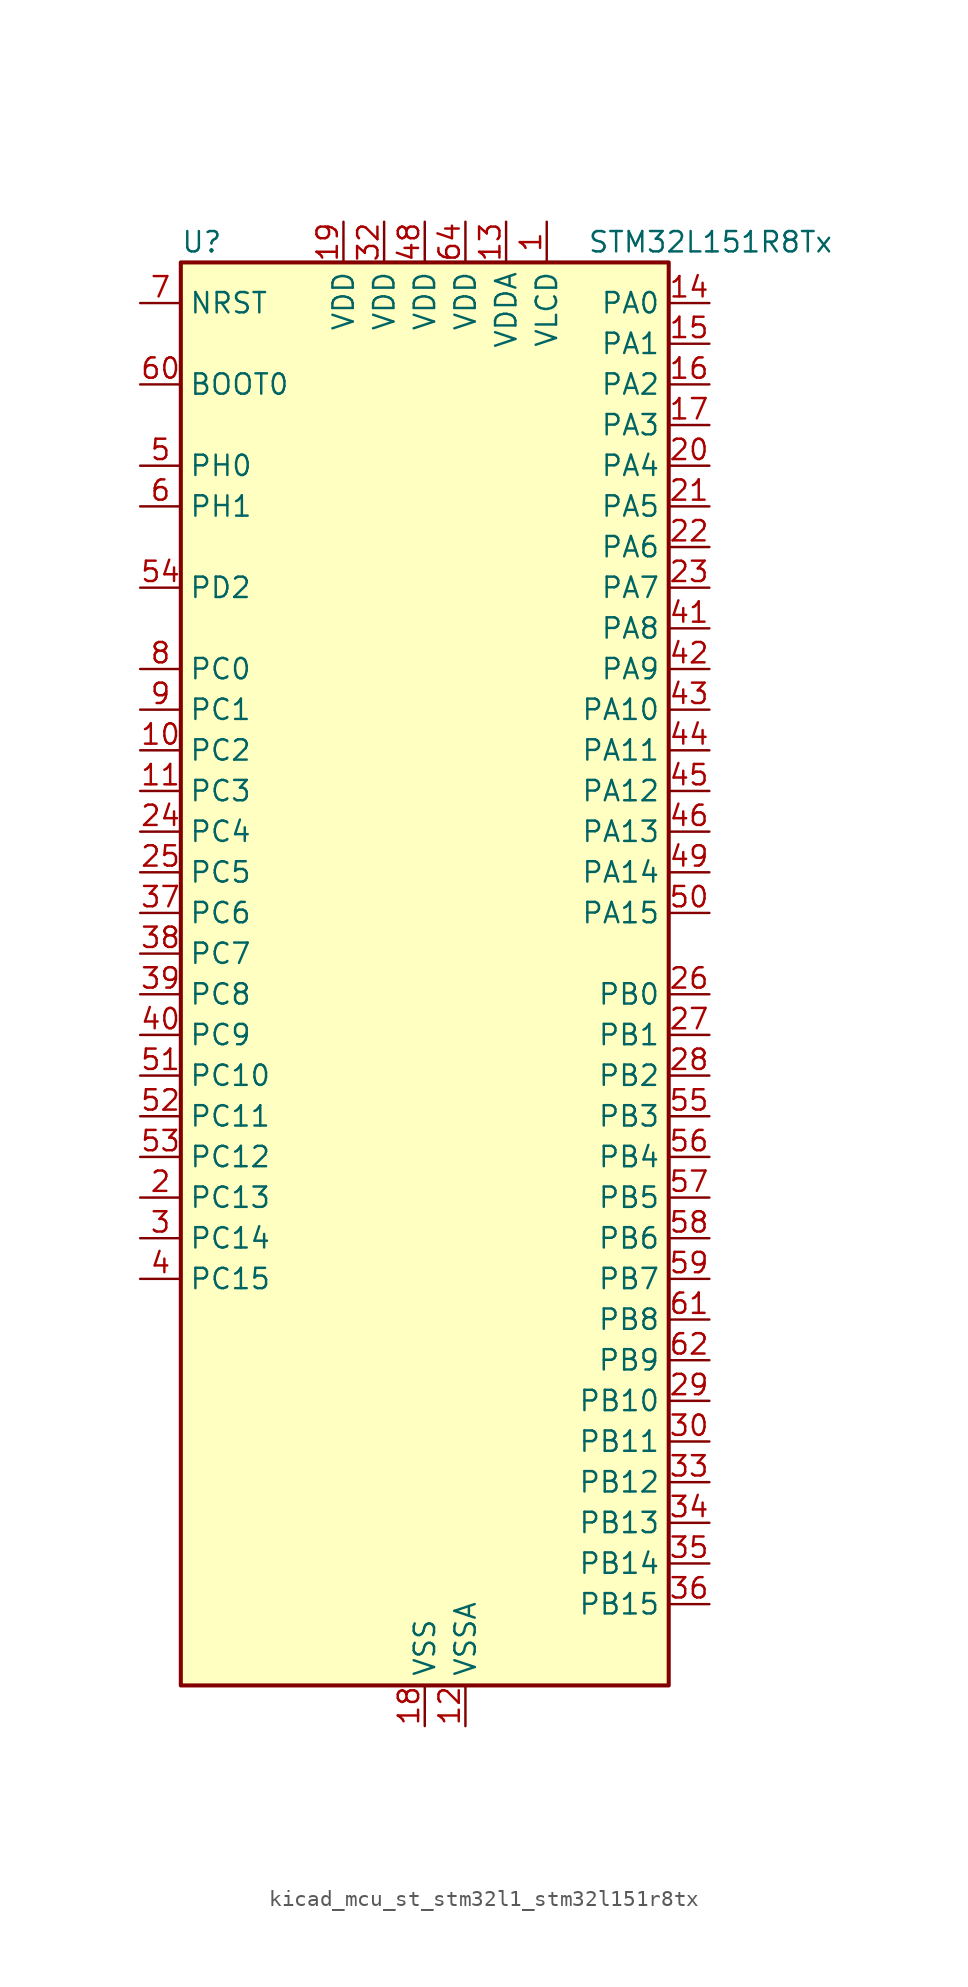
<source format=kicad_sym>
(kicad_symbol_lib
  (version 20220914)
  (generator kicad_symbol_editor)
  (symbol "kicad_mcu_st_stm32l1_stm32l151r8tx"
    (property "Reference" "U"
      (at -15.24 46.99 0)
      (effects (font (size 1.27 1.27)) (justify left)))
    (property "Value" "STM32L151R8Tx"
      (at 10.16 46.99 0)
      (effects (font (size 1.27 1.27)) (justify left)))
    (property "ki_locked" ""
      (at 0 0 0)
      (effects (font (size 1.27 1.27))))
    (symbol "kicad_mcu_st_stm32l1_stm32l151r8tx_0_1"
      (rectangle (start -15.24 -43.18) (end 15.24 45.72) (stroke (width 0.254) (type default)) (fill (type background))))
    (symbol "kicad_mcu_st_stm32l1_stm32l151r8tx_1_1"
      (pin power_in line (at 7.62 48.26 270) (length 2.54) (name "VLCD" (effects (font (size 1.27 1.27)))) (number "1" (effects (font (size 1.27 1.27)))))
      (pin bidirectional line (at -17.78 15.24 0) (length 2.54) (name "PC2" (effects (font (size 1.27 1.27)))) (number "10" (effects (font (size 1.27 1.27)))) (alternate "ADC_IN12" bidirectional line) (alternate "COMP1_INP" bidirectional line) (alternate "TIMX_IC3" bidirectional line) (alternate "TS_G8_IO3" bidirectional line))
      (pin bidirectional line (at -17.78 12.7 0) (length 2.54) (name "PC3" (effects (font (size 1.27 1.27)))) (number "11" (effects (font (size 1.27 1.27)))) (alternate "ADC_IN13" bidirectional line) (alternate "COMP1_INP" bidirectional line) (alternate "TIMX_IC4" bidirectional line) (alternate "TS_G8_IO4" bidirectional line))
      (pin power_in line (at 2.54 -45.72 90) (length 2.54) (name "VSSA" (effects (font (size 1.27 1.27)))) (number "12" (effects (font (size 1.27 1.27)))))
      (pin power_in line (at 5.08 48.26 270) (length 2.54) (name "VDDA" (effects (font (size 1.27 1.27)))) (number "13" (effects (font (size 1.27 1.27)))))
      (pin bidirectional line (at 17.78 43.18 180) (length 2.54) (name "PA0" (effects (font (size 1.27 1.27)))) (number "14" (effects (font (size 1.27 1.27)))) (alternate "ADC_IN0" bidirectional line) (alternate "COMP1_INP" bidirectional line) (alternate "SYS_WKUP1" bidirectional line) (alternate "TIM2_CH1" bidirectional line) (alternate "TIM2_ETR" bidirectional line) (alternate "TIMX_IC1" bidirectional line) (alternate "TS_G1_IO1" bidirectional line) (alternate "USART2_CTS" bidirectional line))
      (pin bidirectional line (at 17.78 40.64 180) (length 2.54) (name "PA1" (effects (font (size 1.27 1.27)))) (number "15" (effects (font (size 1.27 1.27)))) (alternate "ADC_IN1" bidirectional line) (alternate "COMP1_INP" bidirectional line) (alternate "TIM2_CH2" bidirectional line) (alternate "TIMX_IC2" bidirectional line) (alternate "TS_G1_IO2" bidirectional line) (alternate "USART2_RTS" bidirectional line))
      (pin bidirectional line (at 17.78 38.1 180) (length 2.54) (name "PA2" (effects (font (size 1.27 1.27)))) (number "16" (effects (font (size 1.27 1.27)))) (alternate "ADC_IN2" bidirectional line) (alternate "COMP1_INP" bidirectional line) (alternate "TIM2_CH3" bidirectional line) (alternate "TIM9_CH1" bidirectional line) (alternate "TIMX_IC3" bidirectional line) (alternate "TS_G1_IO3" bidirectional line) (alternate "USART2_TX" bidirectional line))
      (pin bidirectional line (at 17.78 35.56 180) (length 2.54) (name "PA3" (effects (font (size 1.27 1.27)))) (number "17" (effects (font (size 1.27 1.27)))) (alternate "ADC_IN3" bidirectional line) (alternate "COMP1_INP" bidirectional line) (alternate "TIM2_CH4" bidirectional line) (alternate "TIM9_CH2" bidirectional line) (alternate "TIMX_IC4" bidirectional line) (alternate "TS_G1_IO4" bidirectional line) (alternate "USART2_RX" bidirectional line))
      (pin power_in line (at 0 -45.72 90) (length 2.54) (name "VSS" (effects (font (size 1.27 1.27)))) (number "18" (effects (font (size 1.27 1.27)))))
      (pin power_in line (at -5.08 48.26 270) (length 2.54) (name "VDD" (effects (font (size 1.27 1.27)))) (number "19" (effects (font (size 1.27 1.27)))))
      (pin bidirectional line (at -17.78 -12.7 0) (length 2.54) (name "PC13" (effects (font (size 1.27 1.27)))) (number "2" (effects (font (size 1.27 1.27)))) (alternate "RTC_OUT_ALARM" bidirectional line) (alternate "RTC_OUT_CALIB" bidirectional line) (alternate "RTC_TAMP1" bidirectional line) (alternate "RTC_TS" bidirectional line) (alternate "SYS_WKUP2" bidirectional line) (alternate "TIMX_IC2" bidirectional line))
      (pin bidirectional line (at 17.78 33.02 180) (length 2.54) (name "PA4" (effects (font (size 1.27 1.27)))) (number "20" (effects (font (size 1.27 1.27)))) (alternate "ADC_IN4" bidirectional line) (alternate "COMP1_INP" bidirectional line) (alternate "DAC_OUT1" bidirectional line) (alternate "SPI1_NSS" bidirectional line) (alternate "TIMX_IC1" bidirectional line) (alternate "USART2_CK" bidirectional line))
      (pin bidirectional line (at 17.78 30.48 180) (length 2.54) (name "PA5" (effects (font (size 1.27 1.27)))) (number "21" (effects (font (size 1.27 1.27)))) (alternate "ADC_IN5" bidirectional line) (alternate "COMP1_INP" bidirectional line) (alternate "DAC_OUT2" bidirectional line) (alternate "SPI1_SCK" bidirectional line) (alternate "TIM2_CH1" bidirectional line) (alternate "TIM2_ETR" bidirectional line) (alternate "TIMX_IC2" bidirectional line))
      (pin bidirectional line (at 17.78 27.94 180) (length 2.54) (name "PA6" (effects (font (size 1.27 1.27)))) (number "22" (effects (font (size 1.27 1.27)))) (alternate "ADC_IN6" bidirectional line) (alternate "COMP1_INP" bidirectional line) (alternate "SPI1_MISO" bidirectional line) (alternate "TIM10_CH1" bidirectional line) (alternate "TIM3_CH1" bidirectional line) (alternate "TIMX_IC3" bidirectional line) (alternate "TS_G2_IO1" bidirectional line))
      (pin bidirectional line (at 17.78 25.4 180) (length 2.54) (name "PA7" (effects (font (size 1.27 1.27)))) (number "23" (effects (font (size 1.27 1.27)))) (alternate "ADC_IN7" bidirectional line) (alternate "COMP1_INP" bidirectional line) (alternate "SPI1_MOSI" bidirectional line) (alternate "TIM11_CH1" bidirectional line) (alternate "TIM3_CH2" bidirectional line) (alternate "TIMX_IC4" bidirectional line) (alternate "TS_G2_IO2" bidirectional line))
      (pin bidirectional line (at -17.78 10.16 0) (length 2.54) (name "PC4" (effects (font (size 1.27 1.27)))) (number "24" (effects (font (size 1.27 1.27)))) (alternate "ADC_IN14" bidirectional line) (alternate "COMP1_INP" bidirectional line) (alternate "TIMX_IC1" bidirectional line) (alternate "TS_G9_IO1" bidirectional line))
      (pin bidirectional line (at -17.78 7.62 0) (length 2.54) (name "PC5" (effects (font (size 1.27 1.27)))) (number "25" (effects (font (size 1.27 1.27)))) (alternate "ADC_IN15" bidirectional line) (alternate "COMP1_INP" bidirectional line) (alternate "TIMX_IC2" bidirectional line) (alternate "TS_G9_IO2" bidirectional line))
      (pin bidirectional line (at 17.78 0 180) (length 2.54) (name "PB0" (effects (font (size 1.27 1.27)))) (number "26" (effects (font (size 1.27 1.27)))) (alternate "ADC_IN8" bidirectional line) (alternate "COMP1_INP" bidirectional line) (alternate "SYS_V_REF_OUT" bidirectional line) (alternate "TIM3_CH3" bidirectional line) (alternate "TS_G3_IO1" bidirectional line))
      (pin bidirectional line (at 17.78 -2.54 180) (length 2.54) (name "PB1" (effects (font (size 1.27 1.27)))) (number "27" (effects (font (size 1.27 1.27)))) (alternate "ADC_IN9" bidirectional line) (alternate "COMP1_INP" bidirectional line) (alternate "SYS_V_REF_OUT" bidirectional line) (alternate "TIM3_CH4" bidirectional line) (alternate "TS_G3_IO2" bidirectional line))
      (pin bidirectional line (at 17.78 -5.08 180) (length 2.54) (name "PB2" (effects (font (size 1.27 1.27)))) (number "28" (effects (font (size 1.27 1.27)))))
      (pin bidirectional line (at 17.78 -25.4 180) (length 2.54) (name "PB10" (effects (font (size 1.27 1.27)))) (number "29" (effects (font (size 1.27 1.27)))) (alternate "I2C2_SCL" bidirectional line) (alternate "TIM2_CH3" bidirectional line) (alternate "USART3_TX" bidirectional line))
      (pin bidirectional line (at -17.78 -15.24 0) (length 2.54) (name "PC14" (effects (font (size 1.27 1.27)))) (number "3" (effects (font (size 1.27 1.27)))) (alternate "RCC_OSC32_IN" bidirectional line) (alternate "TIMX_IC3" bidirectional line))
      (pin bidirectional line (at 17.78 -27.94 180) (length 2.54) (name "PB11" (effects (font (size 1.27 1.27)))) (number "30" (effects (font (size 1.27 1.27)))) (alternate "ADC_EXTI11" bidirectional line) (alternate "I2C2_SDA" bidirectional line) (alternate "TIM2_CH4" bidirectional line) (alternate "USART3_RX" bidirectional line))
      (pin passive line (at 0 -45.72 90) (length 2.54) hide (name "VSS" (effects (font (size 1.27 1.27)))) (number "31" (effects (font (size 1.27 1.27)))))
      (pin power_in line (at -2.54 48.26 270) (length 2.54) (name "VDD" (effects (font (size 1.27 1.27)))) (number "32" (effects (font (size 1.27 1.27)))))
      (pin bidirectional line (at 17.78 -30.48 180) (length 2.54) (name "PB12" (effects (font (size 1.27 1.27)))) (number "33" (effects (font (size 1.27 1.27)))) (alternate "ADC_IN18" bidirectional line) (alternate "COMP1_INP" bidirectional line) (alternate "I2C2_SMBA" bidirectional line) (alternate "SPI2_NSS" bidirectional line) (alternate "TIM10_CH1" bidirectional line) (alternate "TS_G7_IO1" bidirectional line) (alternate "USART3_CK" bidirectional line))
      (pin bidirectional line (at 17.78 -33.02 180) (length 2.54) (name "PB13" (effects (font (size 1.27 1.27)))) (number "34" (effects (font (size 1.27 1.27)))) (alternate "ADC_IN19" bidirectional line) (alternate "COMP1_INP" bidirectional line) (alternate "SPI2_SCK" bidirectional line) (alternate "TIM9_CH1" bidirectional line) (alternate "TS_G7_IO2" bidirectional line) (alternate "USART3_CTS" bidirectional line))
      (pin bidirectional line (at 17.78 -35.56 180) (length 2.54) (name "PB14" (effects (font (size 1.27 1.27)))) (number "35" (effects (font (size 1.27 1.27)))) (alternate "ADC_IN20" bidirectional line) (alternate "COMP1_INP" bidirectional line) (alternate "SPI2_MISO" bidirectional line) (alternate "TIM9_CH2" bidirectional line) (alternate "TS_G7_IO3" bidirectional line) (alternate "USART3_RTS" bidirectional line))
      (pin bidirectional line (at 17.78 -38.1 180) (length 2.54) (name "PB15" (effects (font (size 1.27 1.27)))) (number "36" (effects (font (size 1.27 1.27)))) (alternate "ADC_EXTI15" bidirectional line) (alternate "ADC_IN21" bidirectional line) (alternate "COMP1_INP" bidirectional line) (alternate "RTC_REFIN" bidirectional line) (alternate "SPI2_MOSI" bidirectional line) (alternate "TIM11_CH1" bidirectional line) (alternate "TS_G7_IO4" bidirectional line))
      (pin bidirectional line (at -17.78 5.08 0) (length 2.54) (name "PC6" (effects (font (size 1.27 1.27)))) (number "37" (effects (font (size 1.27 1.27)))) (alternate "TIM3_CH1" bidirectional line) (alternate "TIMX_IC3" bidirectional line) (alternate "TS_G10_IO1" bidirectional line))
      (pin bidirectional line (at -17.78 2.54 0) (length 2.54) (name "PC7" (effects (font (size 1.27 1.27)))) (number "38" (effects (font (size 1.27 1.27)))) (alternate "TIM3_CH2" bidirectional line) (alternate "TIMX_IC4" bidirectional line) (alternate "TS_G10_IO2" bidirectional line))
      (pin bidirectional line (at -17.78 0 0) (length 2.54) (name "PC8" (effects (font (size 1.27 1.27)))) (number "39" (effects (font (size 1.27 1.27)))) (alternate "TIM3_CH3" bidirectional line) (alternate "TIMX_IC1" bidirectional line) (alternate "TS_G10_IO3" bidirectional line))
      (pin bidirectional line (at -17.78 -17.78 0) (length 2.54) (name "PC15" (effects (font (size 1.27 1.27)))) (number "4" (effects (font (size 1.27 1.27)))) (alternate "ADC_EXTI15" bidirectional line) (alternate "RCC_OSC32_OUT" bidirectional line) (alternate "TIMX_IC4" bidirectional line))
      (pin bidirectional line (at -17.78 -2.54 0) (length 2.54) (name "PC9" (effects (font (size 1.27 1.27)))) (number "40" (effects (font (size 1.27 1.27)))) (alternate "DAC_EXTI9" bidirectional line) (alternate "TIM3_CH4" bidirectional line) (alternate "TIMX_IC2" bidirectional line) (alternate "TS_G10_IO4" bidirectional line))
      (pin bidirectional line (at 17.78 22.86 180) (length 2.54) (name "PA8" (effects (font (size 1.27 1.27)))) (number "41" (effects (font (size 1.27 1.27)))) (alternate "RCC_MCO" bidirectional line) (alternate "TIMX_IC1" bidirectional line) (alternate "TS_G4_IO1" bidirectional line) (alternate "USART1_CK" bidirectional line))
      (pin bidirectional line (at 17.78 20.32 180) (length 2.54) (name "PA9" (effects (font (size 1.27 1.27)))) (number "42" (effects (font (size 1.27 1.27)))) (alternate "DAC_EXTI9" bidirectional line) (alternate "TIMX_IC2" bidirectional line) (alternate "TS_G4_IO2" bidirectional line) (alternate "USART1_TX" bidirectional line))
      (pin bidirectional line (at 17.78 17.78 180) (length 2.54) (name "PA10" (effects (font (size 1.27 1.27)))) (number "43" (effects (font (size 1.27 1.27)))) (alternate "TIMX_IC3" bidirectional line) (alternate "TS_G4_IO3" bidirectional line) (alternate "USART1_RX" bidirectional line))
      (pin bidirectional line (at 17.78 15.24 180) (length 2.54) (name "PA11" (effects (font (size 1.27 1.27)))) (number "44" (effects (font (size 1.27 1.27)))) (alternate "ADC_EXTI11" bidirectional line) (alternate "SPI1_MISO" bidirectional line) (alternate "TIMX_IC4" bidirectional line) (alternate "USART1_CTS" bidirectional line) (alternate "USB_DM" bidirectional line))
      (pin bidirectional line (at 17.78 12.7 180) (length 2.54) (name "PA12" (effects (font (size 1.27 1.27)))) (number "45" (effects (font (size 1.27 1.27)))) (alternate "SPI1_MOSI" bidirectional line) (alternate "TIMX_IC1" bidirectional line) (alternate "USART1_RTS" bidirectional line) (alternate "USB_DP" bidirectional line))
      (pin bidirectional line (at 17.78 10.16 180) (length 2.54) (name "PA13" (effects (font (size 1.27 1.27)))) (number "46" (effects (font (size 1.27 1.27)))) (alternate "SYS_JTMS-SWDIO" bidirectional line) (alternate "TIMX_IC2" bidirectional line) (alternate "TS_G5_IO1" bidirectional line))
      (pin passive line (at 0 -45.72 90) (length 2.54) hide (name "VSS" (effects (font (size 1.27 1.27)))) (number "47" (effects (font (size 1.27 1.27)))))
      (pin power_in line (at 0 48.26 270) (length 2.54) (name "VDD" (effects (font (size 1.27 1.27)))) (number "48" (effects (font (size 1.27 1.27)))))
      (pin bidirectional line (at 17.78 7.62 180) (length 2.54) (name "PA14" (effects (font (size 1.27 1.27)))) (number "49" (effects (font (size 1.27 1.27)))) (alternate "SYS_JTCK-SWCLK" bidirectional line) (alternate "TIMX_IC3" bidirectional line) (alternate "TS_G5_IO2" bidirectional line))
      (pin bidirectional line (at -17.78 33.02 0) (length 2.54) (name "PH0" (effects (font (size 1.27 1.27)))) (number "5" (effects (font (size 1.27 1.27)))) (alternate "RCC_OSC_IN" bidirectional line))
      (pin bidirectional line (at 17.78 5.08 180) (length 2.54) (name "PA15" (effects (font (size 1.27 1.27)))) (number "50" (effects (font (size 1.27 1.27)))) (alternate "ADC_EXTI15" bidirectional line) (alternate "SPI1_NSS" bidirectional line) (alternate "SYS_JTDI" bidirectional line) (alternate "TIM2_CH1" bidirectional line) (alternate "TIM2_ETR" bidirectional line) (alternate "TIMX_IC4" bidirectional line) (alternate "TS_G5_IO3" bidirectional line))
      (pin bidirectional line (at -17.78 -5.08 0) (length 2.54) (name "PC10" (effects (font (size 1.27 1.27)))) (number "51" (effects (font (size 1.27 1.27)))) (alternate "TIMX_IC3" bidirectional line) (alternate "USART3_TX" bidirectional line))
      (pin bidirectional line (at -17.78 -7.62 0) (length 2.54) (name "PC11" (effects (font (size 1.27 1.27)))) (number "52" (effects (font (size 1.27 1.27)))) (alternate "ADC_EXTI11" bidirectional line) (alternate "TIMX_IC4" bidirectional line) (alternate "USART3_RX" bidirectional line))
      (pin bidirectional line (at -17.78 -10.16 0) (length 2.54) (name "PC12" (effects (font (size 1.27 1.27)))) (number "53" (effects (font (size 1.27 1.27)))) (alternate "TIMX_IC1" bidirectional line) (alternate "USART3_CK" bidirectional line))
      (pin bidirectional line (at -17.78 25.4 0) (length 2.54) (name "PD2" (effects (font (size 1.27 1.27)))) (number "54" (effects (font (size 1.27 1.27)))) (alternate "TIM3_ETR" bidirectional line) (alternate "TIMX_IC3" bidirectional line))
      (pin bidirectional line (at 17.78 -7.62 180) (length 2.54) (name "PB3" (effects (font (size 1.27 1.27)))) (number "55" (effects (font (size 1.27 1.27)))) (alternate "COMP2_INM" bidirectional line) (alternate "SPI1_SCK" bidirectional line) (alternate "SYS_JTDO-TRACESWO" bidirectional line) (alternate "TIM2_CH2" bidirectional line))
      (pin bidirectional line (at 17.78 -10.16 180) (length 2.54) (name "PB4" (effects (font (size 1.27 1.27)))) (number "56" (effects (font (size 1.27 1.27)))) (alternate "COMP2_INP" bidirectional line) (alternate "SPI1_MISO" bidirectional line) (alternate "SYS_JTRST" bidirectional line) (alternate "TIM3_CH1" bidirectional line) (alternate "TS_G6_IO1" bidirectional line))
      (pin bidirectional line (at 17.78 -12.7 180) (length 2.54) (name "PB5" (effects (font (size 1.27 1.27)))) (number "57" (effects (font (size 1.27 1.27)))) (alternate "COMP2_INP" bidirectional line) (alternate "I2C1_SMBA" bidirectional line) (alternate "SPI1_MOSI" bidirectional line) (alternate "TIM3_CH2" bidirectional line) (alternate "TS_G6_IO2" bidirectional line))
      (pin bidirectional line (at 17.78 -15.24 180) (length 2.54) (name "PB6" (effects (font (size 1.27 1.27)))) (number "58" (effects (font (size 1.27 1.27)))) (alternate "I2C1_SCL" bidirectional line) (alternate "TIM4_CH1" bidirectional line) (alternate "USART1_TX" bidirectional line))
      (pin bidirectional line (at 17.78 -17.78 180) (length 2.54) (name "PB7" (effects (font (size 1.27 1.27)))) (number "59" (effects (font (size 1.27 1.27)))) (alternate "I2C1_SDA" bidirectional line) (alternate "SYS_PVD_IN" bidirectional line) (alternate "TIM4_CH2" bidirectional line) (alternate "USART1_RX" bidirectional line))
      (pin bidirectional line (at -17.78 30.48 0) (length 2.54) (name "PH1" (effects (font (size 1.27 1.27)))) (number "6" (effects (font (size 1.27 1.27)))) (alternate "RCC_OSC_OUT" bidirectional line))
      (pin input line (at -17.78 38.1 0) (length 2.54) (name "BOOT0" (effects (font (size 1.27 1.27)))) (number "60" (effects (font (size 1.27 1.27)))))
      (pin bidirectional line (at 17.78 -20.32 180) (length 2.54) (name "PB8" (effects (font (size 1.27 1.27)))) (number "61" (effects (font (size 1.27 1.27)))) (alternate "I2C1_SCL" bidirectional line) (alternate "TIM10_CH1" bidirectional line) (alternate "TIM4_CH3" bidirectional line))
      (pin bidirectional line (at 17.78 -22.86 180) (length 2.54) (name "PB9" (effects (font (size 1.27 1.27)))) (number "62" (effects (font (size 1.27 1.27)))) (alternate "DAC_EXTI9" bidirectional line) (alternate "I2C1_SDA" bidirectional line) (alternate "TIM11_CH1" bidirectional line) (alternate "TIM4_CH4" bidirectional line))
      (pin passive line (at 0 -45.72 90) (length 2.54) hide (name "VSS" (effects (font (size 1.27 1.27)))) (number "63" (effects (font (size 1.27 1.27)))))
      (pin power_in line (at 2.54 48.26 270) (length 2.54) (name "VDD" (effects (font (size 1.27 1.27)))) (number "64" (effects (font (size 1.27 1.27)))))
      (pin input line (at -17.78 43.18 0) (length 2.54) (name "NRST" (effects (font (size 1.27 1.27)))) (number "7" (effects (font (size 1.27 1.27)))))
      (pin bidirectional line (at -17.78 20.32 0) (length 2.54) (name "PC0" (effects (font (size 1.27 1.27)))) (number "8" (effects (font (size 1.27 1.27)))) (alternate "ADC_IN10" bidirectional line) (alternate "COMP1_INP" bidirectional line) (alternate "TIMX_IC1" bidirectional line) (alternate "TS_G8_IO1" bidirectional line))
      (pin bidirectional line (at -17.78 17.78 0) (length 2.54) (name "PC1" (effects (font (size 1.27 1.27)))) (number "9" (effects (font (size 1.27 1.27)))) (alternate "ADC_IN11" bidirectional line) (alternate "COMP1_INP" bidirectional line) (alternate "TIMX_IC2" bidirectional line) (alternate "TS_G8_IO2" bidirectional line)))))
</source>
